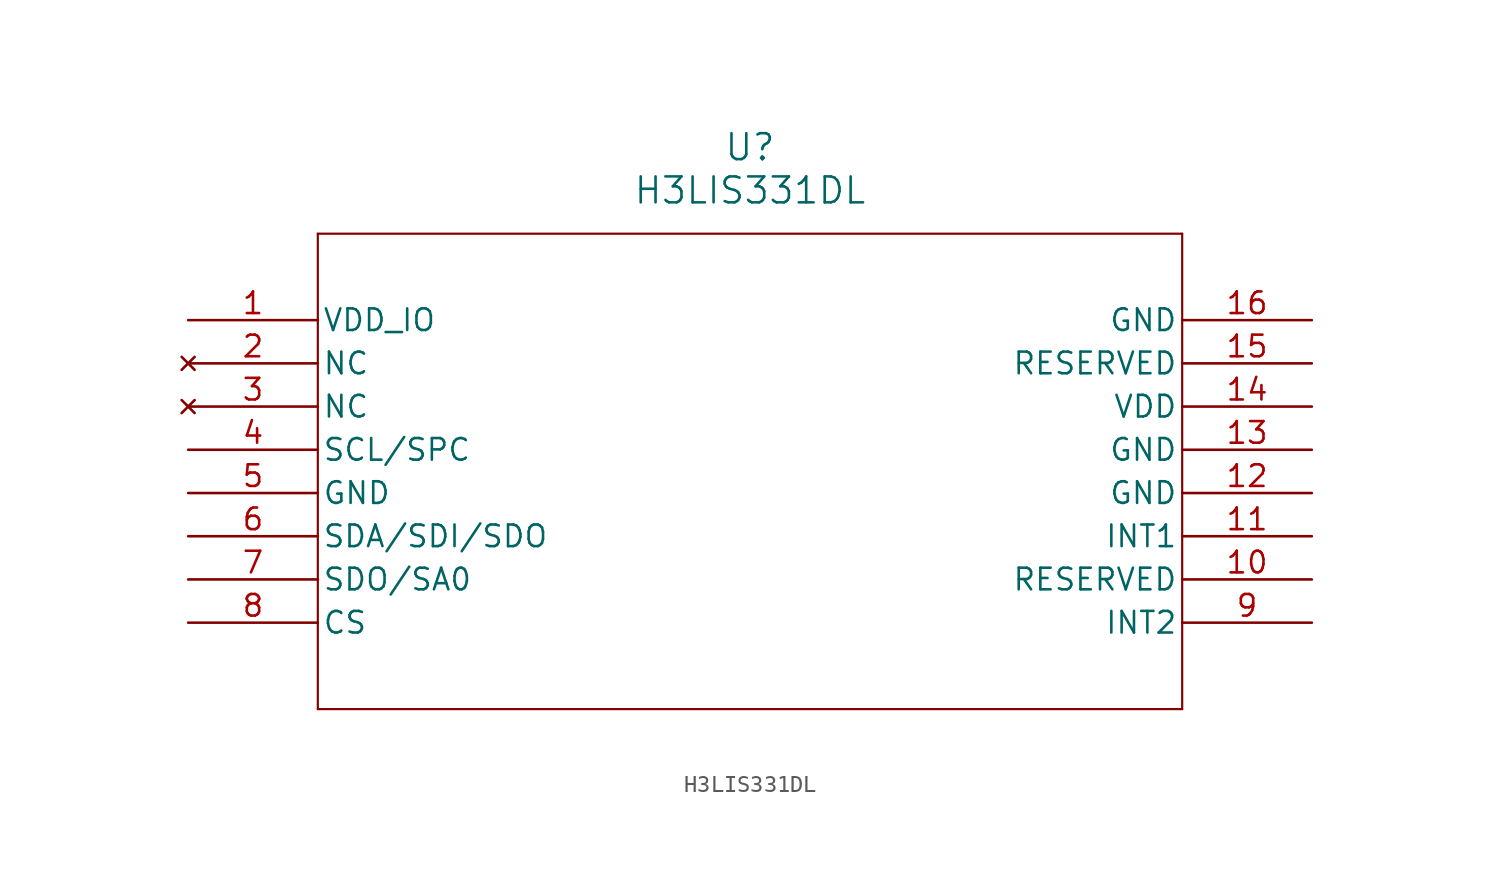
<source format=kicad_sym>
(kicad_symbol_lib
  (version 20211014)
  (generator kicad_symbol_editor)
  (symbol "H3LIS331DL"
    (pin_names
      (offset 0.254))
    (property "Reference" "U"
      (at 33.02 10.16 0)
      (effects (font (size 1.524 1.524))))
    (property "Value" "H3LIS331DL"
      (at 33.02 7.62 0)
      (effects (font (size 1.524 1.524))))
    (symbol "H3LIS331DL_0_1"
      (polyline (pts (xy 7.62 5.08) (xy 7.62 -22.86)) (stroke (width 0.127) (type default) (color 0 0 0 0)) (fill (type none)))
      (polyline (pts (xy 7.62 -22.86) (xy 58.42 -22.86)) (stroke (width 0.127) (type default) (color 0 0 0 0)) (fill (type none)))
      (polyline (pts (xy 58.42 -22.86) (xy 58.42 5.08)) (stroke (width 0.127) (type default) (color 0 0 0 0)) (fill (type none)))
      (polyline (pts (xy 58.42 5.08) (xy 7.62 5.08)) (stroke (width 0.127) (type default) (color 0 0 0 0)) (fill (type none)))
      (pin power_in line (at 0 0 0) (length 7.62) (name "VDD_IO" (effects (font (size 1.27 1.27)))) (number "1" (effects (font (size 1.27 1.27)))))
      (pin no_connect line (at 0 -2.54 0) (length 7.62) (name "NC" (effects (font (size 1.27 1.27)))) (number "2" (effects (font (size 1.27 1.27)))))
      (pin no_connect line (at 0 -5.08 0) (length 7.62) (name "NC" (effects (font (size 1.27 1.27)))) (number "3" (effects (font (size 1.27 1.27)))))
      (pin bidirectional line (at 0 -7.62 0) (length 7.62) (name "SCL/SPC" (effects (font (size 1.27 1.27)))) (number "4" (effects (font (size 1.27 1.27)))))
      (pin power_out line (at 0 -10.16 0) (length 7.62) (name "GND" (effects (font (size 1.27 1.27)))) (number "5" (effects (font (size 1.27 1.27)))))
      (pin bidirectional line (at 0 -12.7 0) (length 7.62) (name "SDA/SDI/SDO" (effects (font (size 1.27 1.27)))) (number "6" (effects (font (size 1.27 1.27)))))
      (pin bidirectional line (at 0 -15.24 0) (length 7.62) (name "SDO/SA0" (effects (font (size 1.27 1.27)))) (number "7" (effects (font (size 1.27 1.27)))))
      (pin input line (at 0 -17.78 0) (length 7.62) (name "CS" (effects (font (size 1.27 1.27)))) (number "8" (effects (font (size 1.27 1.27)))))
      (pin output line (at 66.04 -17.78 180) (length 7.62) (name "INT2" (effects (font (size 1.27 1.27)))) (number "9" (effects (font (size 1.27 1.27)))))
      (pin power_out line (at 66.04 -15.24 180) (length 7.62) (name "RESERVED" (effects (font (size 1.27 1.27)))) (number "10" (effects (font (size 1.27 1.27)))))
      (pin output line (at 66.04 -12.7 180) (length 7.62) (name "INT1" (effects (font (size 1.27 1.27)))) (number "11" (effects (font (size 1.27 1.27)))))
      (pin power_out line (at 66.04 -10.16 180) (length 7.62) (name "GND" (effects (font (size 1.27 1.27)))) (number "12" (effects (font (size 1.27 1.27)))))
      (pin power_out line (at 66.04 -7.62 180) (length 7.62) (name "GND" (effects (font (size 1.27 1.27)))) (number "13" (effects (font (size 1.27 1.27)))))
      (pin power_in line (at 66.04 -5.08 180) (length 7.62) (name "VDD" (effects (font (size 1.27 1.27)))) (number "14" (effects (font (size 1.27 1.27)))))
      (pin power_out line (at 66.04 -2.54 180) (length 7.62) (name "RESERVED" (effects (font (size 1.27 1.27)))) (number "15" (effects (font (size 1.27 1.27)))))
      (pin power_out line (at 66.04 0 180) (length 7.62) (name "GND" (effects (font (size 1.27 1.27)))) (number "16" (effects (font (size 1.27 1.27))))))))
</source>
